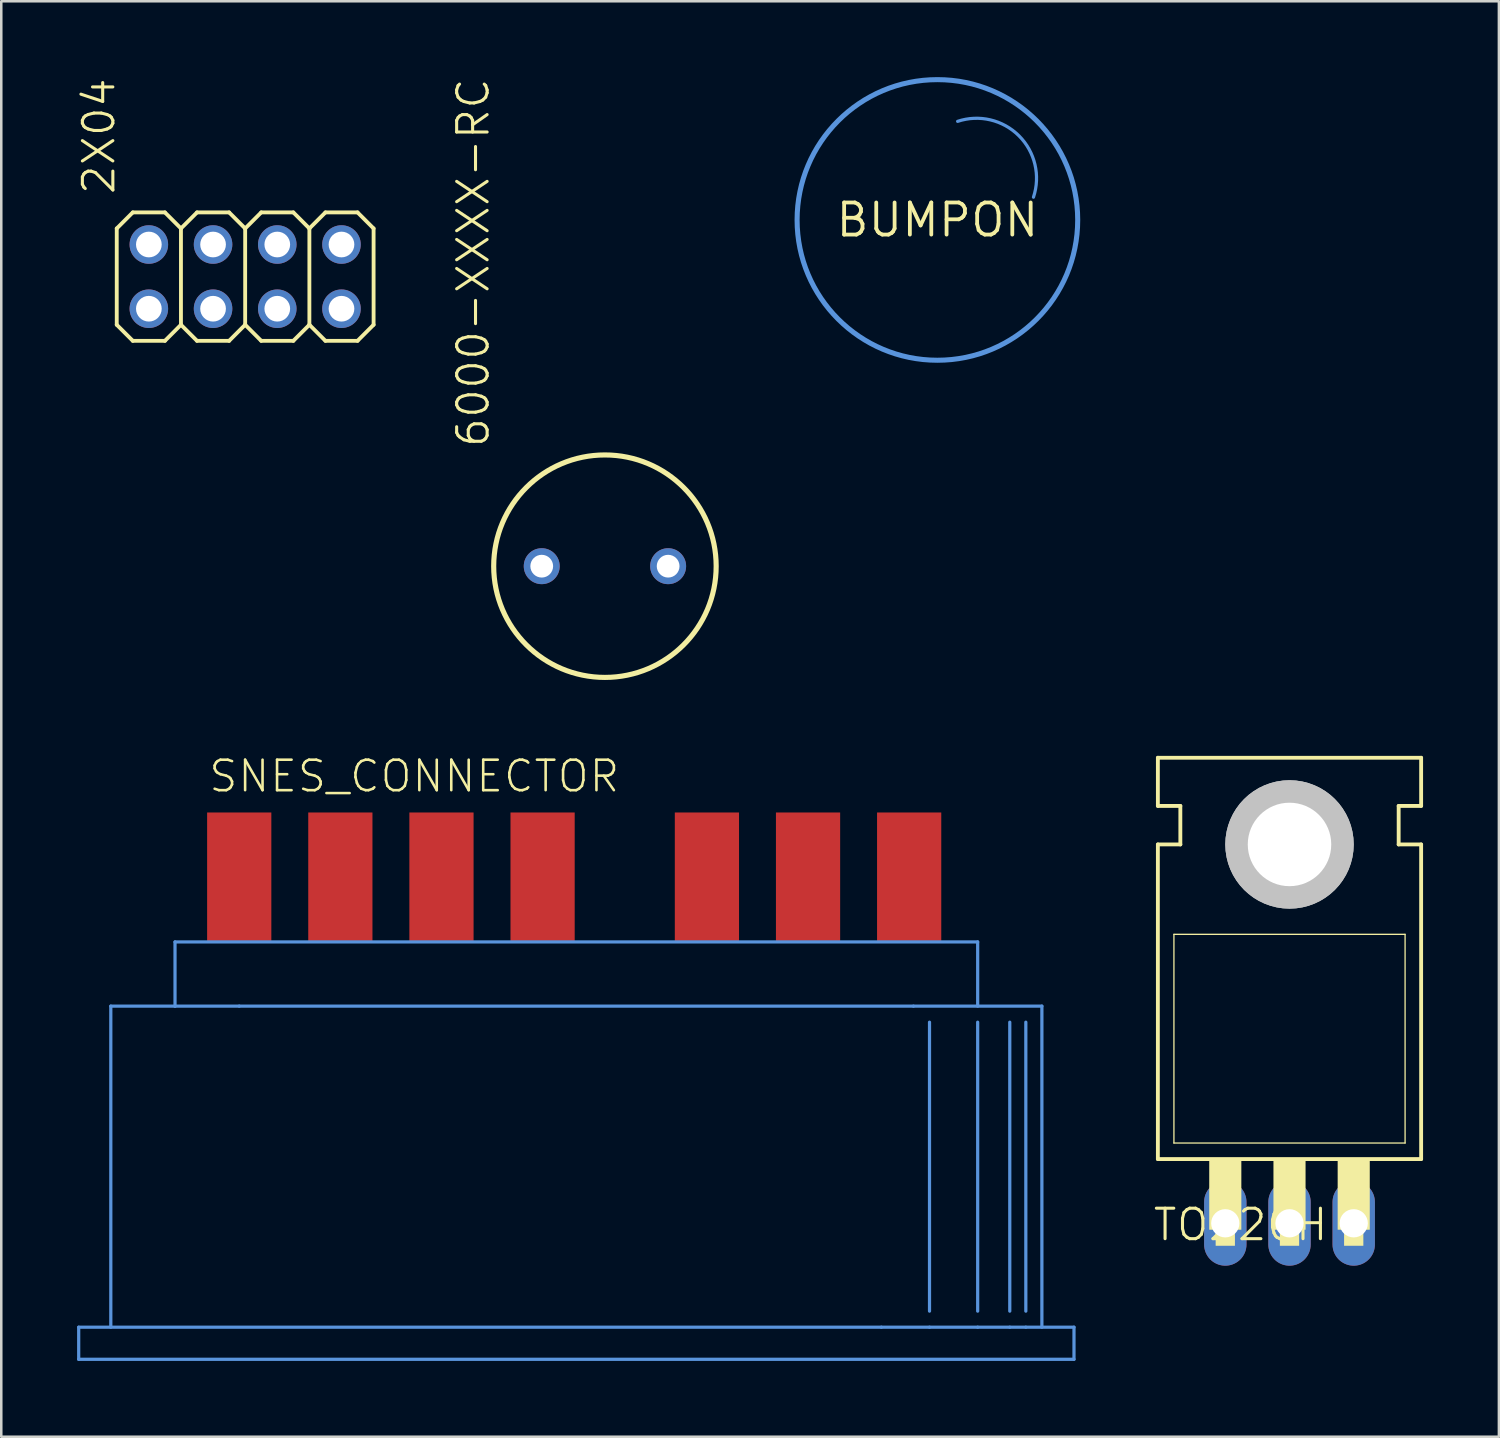
<source format=kicad_pcb>
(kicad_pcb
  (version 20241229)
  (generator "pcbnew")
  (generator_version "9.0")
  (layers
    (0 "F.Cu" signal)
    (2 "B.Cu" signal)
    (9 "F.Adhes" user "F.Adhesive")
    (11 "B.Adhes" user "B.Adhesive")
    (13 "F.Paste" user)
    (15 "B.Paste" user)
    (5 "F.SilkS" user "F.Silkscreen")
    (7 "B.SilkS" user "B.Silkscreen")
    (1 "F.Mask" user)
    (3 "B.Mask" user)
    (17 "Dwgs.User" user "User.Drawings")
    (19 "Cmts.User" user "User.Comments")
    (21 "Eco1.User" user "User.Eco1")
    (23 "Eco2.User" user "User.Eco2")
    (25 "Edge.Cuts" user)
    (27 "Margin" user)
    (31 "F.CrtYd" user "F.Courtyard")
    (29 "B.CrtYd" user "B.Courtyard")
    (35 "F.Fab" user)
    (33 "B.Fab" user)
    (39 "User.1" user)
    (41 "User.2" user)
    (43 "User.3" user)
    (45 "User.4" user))
  (footprint "SNES_CONNECTOR"
    (layer "F.Cu")
    (at 18.413 34.169)
    (property "Reference" "SNES_CONNECTOR" (at -13.27 -5.81 0) (layer "F.SilkS") (effects (font (size 1.206 1.206) (thickness 0.102)) (justify left bottom)))
    (attr through_hole)
    (fp_line (start -18.35 15.28) (end 13.4 15.28) (stroke (width 0.127) (type solid)) (layer "Cmts.User"))
    (fp_line (start -18.35 16.55) (end -18.35 15.28) (stroke (width 0.127) (type solid)) (layer "Cmts.User"))
    (fp_line (start -17.08 15.28) (end -17.08 2.58) (stroke (width 0.127) (type solid)) (layer "Cmts.User"))
    (fp_line (start -14.54 0.04) (end -14.54 2.58) (stroke (width 0.127) (type solid)) (layer "Cmts.User"))
    (fp_line (start -14.54 0.04) (end 17.21 0.04) (stroke (width 0.127) (type solid)) (layer "Cmts.User"))
    (fp_line (start -14.54 2.58) (end -17.08 2.58) (stroke (width 0.127) (type solid)) (layer "Cmts.User"))
    (fp_line (start -12 2.58) (end -14.54 2.58) (stroke (width 0.127) (type solid)) (layer "Cmts.User"))
    (fp_line (start -12 2.58) (end 14.67 2.58) (stroke (width 0.127) (type solid)) (layer "Cmts.User"))
    (fp_line (start 13.4 15.28) (end 15.305 15.28) (stroke (width 0.127) (type solid)) (layer "Cmts.User"))
    (fp_line (start 14.67 2.58) (end 19.75 2.58) (stroke (width 0.127) (type solid)) (layer "Cmts.User"))
    (fp_line (start 15.305 3.215) (end 15.305 14.645) (stroke (width 0.127) (type solid)) (layer "Cmts.User"))
    (fp_line (start 15.305 15.28) (end 17.21 15.28) (stroke (width 0.127) (type solid)) (layer "Cmts.User"))
    (fp_line (start 17.21 2.58) (end 17.21 0.04) (stroke (width 0.127) (type solid)) (layer "Cmts.User"))
    (fp_line (start 17.21 3.215) (end 17.21 14.645) (stroke (width 0.127) (type solid)) (layer "Cmts.User"))
    (fp_line (start 17.21 15.28) (end 18.48 15.28) (stroke (width 0.127) (type solid)) (layer "Cmts.User"))
    (fp_line (start 18.48 3.215) (end 18.48 14.645) (stroke (width 0.127) (type solid)) (layer "Cmts.User"))
    (fp_line (start 18.48 15.28) (end 19.115 15.28) (stroke (width 0.127) (type solid)) (layer "Cmts.User"))
    (fp_line (start 19.115 3.215) (end 19.115 14.645) (stroke (width 0.127) (type solid)) (layer "Cmts.User"))
    (fp_line (start 19.115 15.28) (end 21.02 15.28) (stroke (width 0.127) (type solid)) (layer "Cmts.User"))
    (fp_line (start 19.75 2.58) (end 19.75 15.28) (stroke (width 0.127) (type solid)) (layer "Cmts.User"))
    (fp_line (start 21.02 15.28) (end 21.02 16.55) (stroke (width 0.127) (type solid)) (layer "Cmts.User"))
    (fp_line (start 21.02 16.55) (end -18.35 16.55) (stroke (width 0.127) (type solid)) (layer "Cmts.User"))
    (pad "P$8" smd rect (at -12 -2.54 90) (size 5.08 2.54) (layers "F.Cu" "F.Mask"))
    (pad "P$9" smd rect (at -8 -2.54 90) (size 5.08 2.54) (layers "F.Cu" "F.Mask"))
    (pad "P$10" smd rect (at -4 -2.54 90) (size 5.08 2.54) (layers "F.Cu" "F.Mask"))
    (pad "P$11" smd rect (at 0 -2.54 90) (size 5.08 2.54) (layers "F.Cu" "F.Mask"))
    (pad "P$12" smd rect (at 6.5 -2.54 90) (size 5.08 2.54) (layers "F.Cu" "F.Mask"))
    (pad "P$13" smd rect (at 10.5 -2.54 90) (size 5.08 2.54) (layers "F.Cu" "F.Mask"))
    (pad "P$14" smd rect (at 14.5 -2.54 90) (size 5.08 2.54) (layers "F.Cu" "F.Mask")))
  (footprint "2X04"
    (layer "F.Cu")
    (at 6.648 7.892)
    (property "Reference" "2X04" (at -5.08 -3.175 90) (layer "F.SilkS") (effects (font (size 1.206 1.206) (thickness 0.121)) (justify left bottom)))
    (attr through_hole)
    (fp_line (start -5.08 -1.905) (end -4.445 -2.54) (stroke (width 0.152) (type solid)) (layer "F.SilkS"))
    (fp_line (start -5.08 1.905) (end -5.08 -1.905) (stroke (width 0.152) (type solid)) (layer "F.SilkS"))
    (fp_line (start -5.08 1.905) (end -4.445 2.54) (stroke (width 0.152) (type solid)) (layer "F.SilkS"))
    (fp_line (start -4.445 -2.54) (end -3.175 -2.54) (stroke (width 0.152) (type solid)) (layer "F.SilkS"))
    (fp_line (start -4.445 2.54) (end -3.175 2.54) (stroke (width 0.152) (type solid)) (layer "F.SilkS"))
    (fp_line (start -3.175 -2.54) (end -2.54 -1.905) (stroke (width 0.152) (type solid)) (layer "F.SilkS"))
    (fp_line (start -3.175 2.54) (end -2.54 1.905) (stroke (width 0.152) (type solid)) (layer "F.SilkS"))
    (fp_line (start -2.54 -1.905) (end -2.54 1.905) (stroke (width 0.152) (type solid)) (layer "F.SilkS"))
    (fp_line (start -2.54 -1.905) (end -1.905 -2.54) (stroke (width 0.152) (type solid)) (layer "F.SilkS"))
    (fp_line (start -2.54 1.905) (end -1.905 2.54) (stroke (width 0.152) (type solid)) (layer "F.SilkS"))
    (fp_line (start -1.905 -2.54) (end -0.635 -2.54) (stroke (width 0.152) (type solid)) (layer "F.SilkS"))
    (fp_line (start -1.905 2.54) (end -0.635 2.54) (stroke (width 0.152) (type solid)) (layer "F.SilkS"))
    (fp_line (start -0.635 -2.54) (end 0 -1.905) (stroke (width 0.152) (type solid)) (layer "F.SilkS"))
    (fp_line (start -0.635 2.54) (end 0 1.905) (stroke (width 0.152) (type solid)) (layer "F.SilkS"))
    (fp_line (start 0 -1.905) (end 0 1.905) (stroke (width 0.152) (type solid)) (layer "F.SilkS"))
    (fp_line (start 0 -1.905) (end 0.635 -2.54) (stroke (width 0.152) (type solid)) (layer "F.SilkS"))
    (fp_line (start 0 1.905) (end 0.635 2.54) (stroke (width 0.152) (type solid)) (layer "F.SilkS"))
    (fp_line (start 0.635 -2.54) (end 1.905 -2.54) (stroke (width 0.152) (type solid)) (layer "F.SilkS"))
    (fp_line (start 0.635 2.54) (end 1.905 2.54) (stroke (width 0.152) (type solid)) (layer "F.SilkS"))
    (fp_line (start 1.905 -2.54) (end 2.54 -1.905) (stroke (width 0.152) (type solid)) (layer "F.SilkS"))
    (fp_line (start 1.905 2.54) (end 2.54 1.905) (stroke (width 0.152) (type solid)) (layer "F.SilkS"))
    (fp_line (start 2.54 -1.905) (end 2.54 1.905) (stroke (width 0.152) (type solid)) (layer "F.SilkS"))
    (fp_line (start 2.54 -1.905) (end 3.175 -2.54) (stroke (width 0.152) (type solid)) (layer "F.SilkS"))
    (fp_line (start 2.54 1.905) (end 3.175 2.54) (stroke (width 0.152) (type solid)) (layer "F.SilkS"))
    (fp_line (start 3.175 -2.54) (end 4.445 -2.54) (stroke (width 0.152) (type solid)) (layer "F.SilkS"))
    (fp_line (start 3.175 2.54) (end 4.445 2.54) (stroke (width 0.152) (type solid)) (layer "F.SilkS"))
    (fp_line (start 4.445 -2.54) (end 5.08 -1.905) (stroke (width 0.152) (type solid)) (layer "F.SilkS"))
    (fp_line (start 4.445 2.54) (end 5.08 1.905) (stroke (width 0.152) (type solid)) (layer "F.SilkS"))
    (fp_line (start 5.08 -1.905) (end 5.08 1.905) (stroke (width 0.152) (type solid)) (layer "F.SilkS"))
    (fp_poly (pts (xy -4.064 -1.016) (xy -3.556 -1.016) (xy -3.556 -1.524) (xy -4.064 -1.524)) (stroke (width 0.1) (type solid)) (fill no) (layer "F.Fab"))
    (fp_poly (pts (xy -4.064 1.524) (xy -3.556 1.524) (xy -3.556 1.016) (xy -4.064 1.016)) (stroke (width 0.1) (type solid)) (fill no) (layer "F.Fab"))
    (fp_poly (pts (xy -1.524 -1.016) (xy -1.016 -1.016) (xy -1.016 -1.524) (xy -1.524 -1.524)) (stroke (width 0.1) (type solid)) (fill no) (layer "F.Fab"))
    (fp_poly (pts (xy -1.524 1.524) (xy -1.016 1.524) (xy -1.016 1.016) (xy -1.524 1.016)) (stroke (width 0.1) (type solid)) (fill no) (layer "F.Fab"))
    (fp_poly (pts (xy 1.016 -1.016) (xy 1.524 -1.016) (xy 1.524 -1.524) (xy 1.016 -1.524)) (stroke (width 0.1) (type solid)) (fill no) (layer "F.Fab"))
    (fp_poly (pts (xy 1.016 1.524) (xy 1.524 1.524) (xy 1.524 1.016) (xy 1.016 1.016)) (stroke (width 0.1) (type solid)) (fill no) (layer "F.Fab"))
    (fp_poly (pts (xy 3.556 -1.016) (xy 4.064 -1.016) (xy 4.064 -1.524) (xy 3.556 -1.524)) (stroke (width 0.1) (type solid)) (fill no) (layer "F.Fab"))
    (fp_poly (pts (xy 3.556 1.524) (xy 4.064 1.524) (xy 4.064 1.016) (xy 3.556 1.016)) (stroke (width 0.1) (type solid)) (fill no) (layer "F.Fab"))
    (pad "1" thru_hole circle (at -3.81 1.27) (size 1.524 1.524) (drill 1.016) (layers "*.Cu" "*.Mask"))
    (pad "2" thru_hole circle (at -3.81 -1.27) (size 1.524 1.524) (drill 1.016) (layers "*.Cu" "*.Mask"))
    (pad "3" thru_hole circle (at -1.27 1.27) (size 1.524 1.524) (drill 1.016) (layers "*.Cu" "*.Mask"))
    (pad "4" thru_hole circle (at -1.27 -1.27) (size 1.524 1.524) (drill 1.016) (layers "*.Cu" "*.Mask"))
    (pad "5" thru_hole circle (at 1.27 1.27) (size 1.524 1.524) (drill 1.016) (layers "*.Cu" "*.Mask"))
    (pad "6" thru_hole circle (at 1.27 -1.27) (size 1.524 1.524) (drill 1.016) (layers "*.Cu" "*.Mask"))
    (pad "7" thru_hole circle (at 3.81 1.27) (size 1.524 1.524) (drill 1.016) (layers "*.Cu" "*.Mask"))
    (pad "8" thru_hole circle (at 3.81 -1.27) (size 1.524 1.524) (drill 1.016) (layers "*.Cu" "*.Mask")))
  (footprint "TO220H"
    (layer "F.Cu")
    (at 47.958 35.179)
    (property "Reference" "TO220H" (at -5.461 10.922 0) (layer "F.SilkS") (effects (font (size 1.206 1.206) (thickness 0.121)) (justify left bottom)))
    (attr through_hole)
    (fp_line (start -5.207 -6.35) (end -5.207 -8.255) (stroke (width 0.152) (type solid)) (layer "F.SilkS"))
    (fp_line (start -5.207 -4.826) (end -4.318 -4.826) (stroke (width 0.152) (type solid)) (layer "F.SilkS"))
    (fp_line (start -5.207 7.62) (end -5.207 -4.826) (stroke (width 0.152) (type solid)) (layer "F.SilkS"))
    (fp_line (start -5.207 7.62) (end 5.207 7.62) (stroke (width 0.152) (type solid)) (layer "F.SilkS"))
    (fp_line (start -4.572 6.985) (end -4.572 -1.27) (stroke (width 0.051) (type solid)) (layer "F.SilkS"))
    (fp_line (start -4.572 6.985) (end 4.572 6.985) (stroke (width 0.051) (type solid)) (layer "F.SilkS"))
    (fp_line (start -4.318 -6.35) (end -5.207 -6.35) (stroke (width 0.152) (type solid)) (layer "F.SilkS"))
    (fp_line (start -4.318 -4.826) (end -4.318 -6.35) (stroke (width 0.152) (type solid)) (layer "F.SilkS"))
    (fp_line (start 4.318 -6.35) (end 5.207 -6.35) (stroke (width 0.152) (type solid)) (layer "F.SilkS"))
    (fp_line (start 4.318 -4.826) (end 4.318 -6.35) (stroke (width 0.152) (type solid)) (layer "F.SilkS"))
    (fp_line (start 4.572 -1.27) (end -4.572 -1.27) (stroke (width 0.051) (type solid)) (layer "F.SilkS"))
    (fp_line (start 4.572 -1.27) (end 4.572 6.985) (stroke (width 0.051) (type solid)) (layer "F.SilkS"))
    (fp_line (start 5.207 -8.255) (end -5.207 -8.255) (stroke (width 0.152) (type solid)) (layer "F.SilkS"))
    (fp_line (start 5.207 -6.35) (end 5.207 -8.255) (stroke (width 0.152) (type solid)) (layer "F.SilkS"))
    (fp_line (start 5.207 -4.826) (end 4.318 -4.826) (stroke (width 0.152) (type solid)) (layer "F.SilkS"))
    (fp_line (start 5.207 7.62) (end 5.207 -4.826) (stroke (width 0.152) (type solid)) (layer "F.SilkS"))
    (fp_circle (center 0 -4.826) (end 1.803 -4.826) (stroke (width 0.152) (type solid)) (fill no) (layer "F.SilkS"))
    (fp_poly (pts (xy -3.175 10.414) (xy -1.905 10.414) (xy -1.905 7.62) (xy -3.175 7.62)) (stroke (width 0) (type solid)) (fill yes) (layer "F.SilkS"))
    (fp_poly (pts (xy -2.921 11.049) (xy -2.159 11.049) (xy -2.159 10.414) (xy -2.921 10.414)) (stroke (width 0) (type solid)) (fill yes) (layer "F.SilkS"))
    (fp_poly (pts (xy -0.635 10.414) (xy 0.635 10.414) (xy 0.635 7.62) (xy -0.635 7.62)) (stroke (width 0) (type solid)) (fill yes) (layer "F.SilkS"))
    (fp_poly (pts (xy -0.381 11.049) (xy 0.381 11.049) (xy 0.381 10.414) (xy -0.381 10.414)) (stroke (width 0) (type solid)) (fill yes) (layer "F.SilkS"))
    (fp_poly (pts (xy 1.905 10.414) (xy 3.175 10.414) (xy 3.175 7.62) (xy 1.905 7.62)) (stroke (width 0) (type solid)) (fill yes) (layer "F.SilkS"))
    (fp_poly (pts (xy 2.159 11.049) (xy 2.921 11.049) (xy 2.921 10.414) (xy 2.159 10.414)) (stroke (width 0) (type solid)) (fill yes) (layer "F.SilkS"))
    (fp_circle (center 0 -4.826) (end 1.27 -4.826) (stroke (width 2.54) (type solid)) (fill no) (layer "Dwgs.User"))
    (fp_circle (center 0 -4.826) (end 1.27 -4.826) (stroke (width 2.54) (type solid)) (fill no) (layer "Dwgs.User"))
    (pad "" np_thru_hole circle (at 0 -4.826) (size 3.302 3.302) (drill 3.302) (layers "*.Cu" "*.Mask"))
    (pad "1" thru_hole oval (at -2.54 10.16 90) (size 3.353 1.676) (drill 1.118) (layers "*.Cu" "*.Mask"))
    (pad "2" thru_hole oval (at 0 10.16 90) (size 3.353 1.676) (drill 1.118) (layers "*.Cu" "*.Mask"))
    (pad "3" thru_hole oval (at 2.54 10.16 90) (size 3.353 1.676) (drill 1.118) (layers "*.Cu" "*.Mask")))
  (footprint "6000-XXXX-RC"
    (layer "F.Cu")
    (at 20.879 19.346)
    (property "Reference" "6000-XXXX-RC" (at -4.506 -4.633 90) (layer "F.SilkS") (effects (font (size 1.206 1.206) (thickness 0.121)) (justify left bottom)))
    (attr through_hole)
    (fp_circle (center 0 0) (end 4.4 0) (stroke (width 0.203) (type solid)) (fill no) (layer "F.SilkS"))
    (pad "1" thru_hole circle (at -2.5 0) (size 1.422 1.422) (drill 0.9) (layers "*.Cu" "*.Mask"))
    (pad "2" thru_hole circle (at 2.5 0) (size 1.422 1.422) (drill 0.9) (layers "*.Cu" "*.Mask")))
  (footprint "BUMPON"
    (layer "F.Cu")
    (at 34.03 5.65)
    (property "Reference" "BUMPON" (at 0 0 0) (layer "F.SilkS") (effects (font (size 1.27 1.27) (thickness 0.15))))
    (attr through_hole)
    (fp_arc (start 0.8 -3.9) (mid 3.227051 -3.327051) (end 3.8 -0.9) (stroke (width 0.127) (type solid)) (layer "Cmts.User"))
    (fp_circle (center 0 0) (end 5.55 0) (stroke (width 0.2) (type solid)) (fill no) (layer "Cmts.User")))
  (gr_rect
    (start -3 -3)
    (end 56.241 53.783)
    (stroke (width 0.1) (type default))
    (fill no)
    (layer "Edge.Cuts")))
</source>
